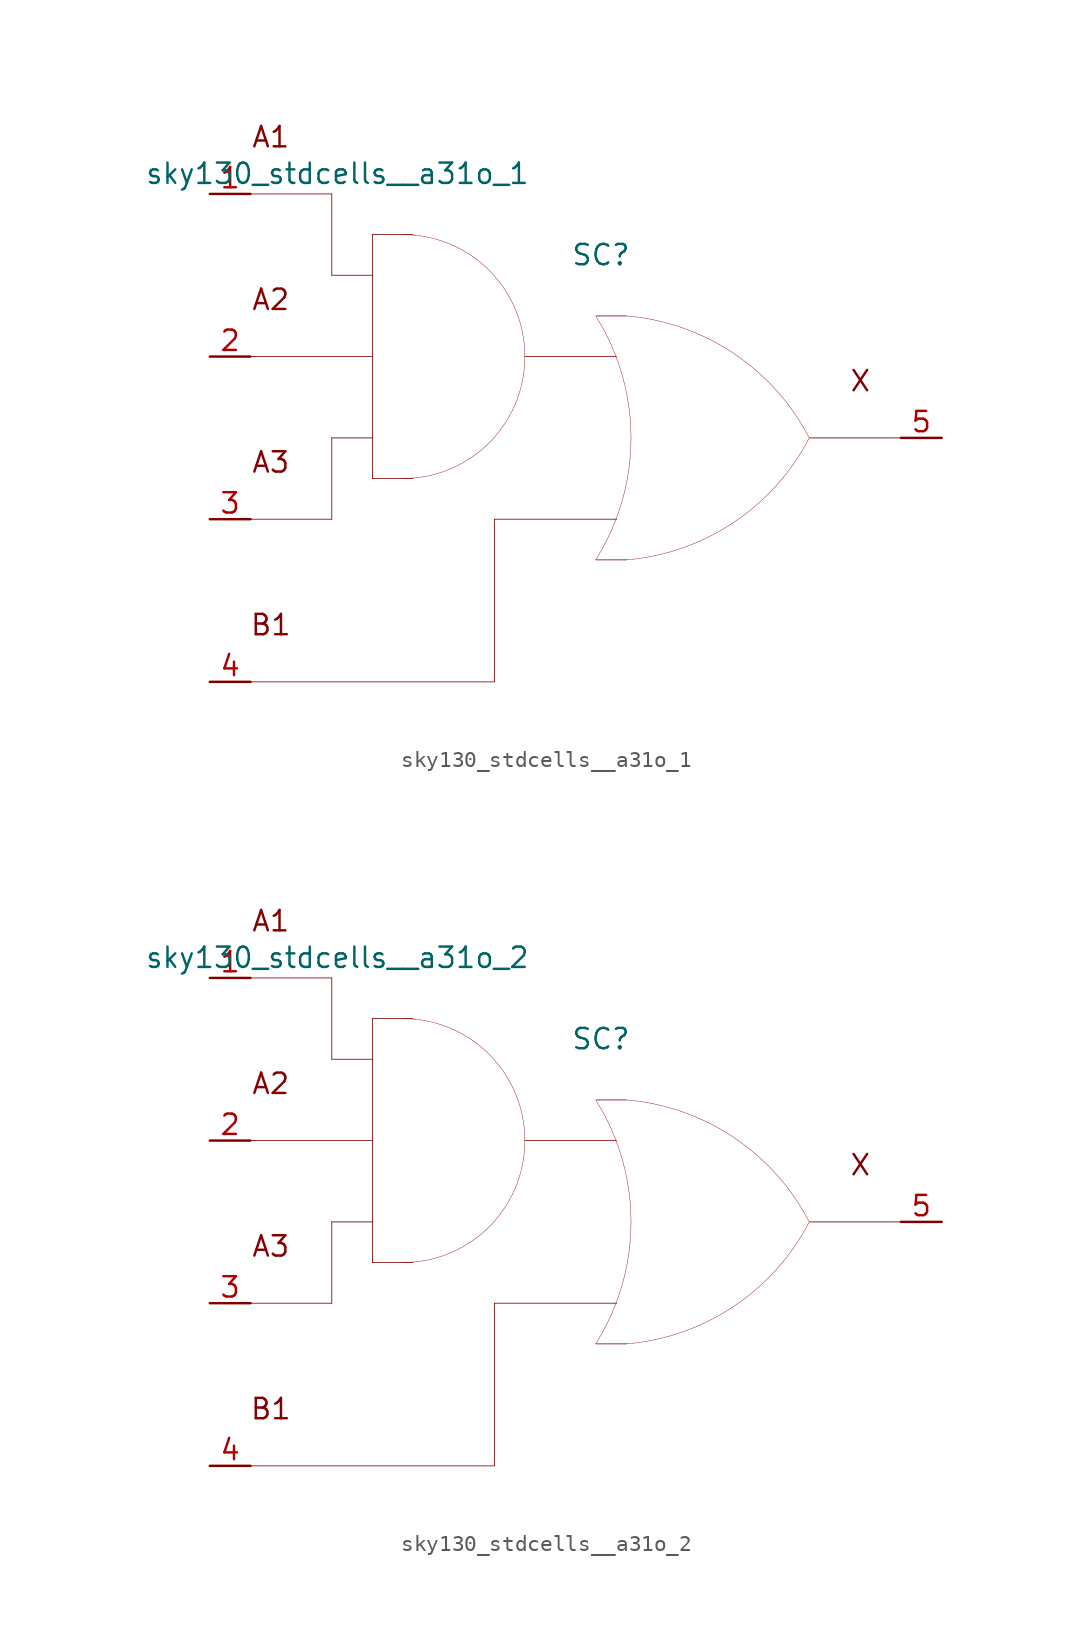
<source format=kicad_sym>
(kicad_symbol_lib
  (version 20211014)
  (generator kicad_symbol_editor)
  (symbol "sky130_stdcells__a31o_1"
    (pin_names hide)
    (property "Reference" "SC"
      (at 1.575 11.43 0)
      (effects (font (size 1.27 1.27))))
    (property "Value" "sky130_stdcells__a31o_1"
      (at -2.845 16.51 0)
      (effects (font (size 1.27 1.27)) (justify right)))
    (symbol "sky130_stdcells__a31o_1_0_0"
      (arc (start -10.795 -2.54) (mid -8.8228 -2.2804) (end -6.985 -1.5191) (stroke (width 0.0254) (type default) (color 0 0 0 0)) (fill (type none)))
      (arc (start -6.985 -1.5191) (mid -5.4069 -0.3081) (end -4.1959 1.27) (stroke (width 0.0254) (type default) (color 0 0 0 0)) (fill (type none)))
      (arc (start -6.985 11.6791) (mid -8.8228 12.4403) (end -10.795 12.7) (stroke (width 0.0254) (type default) (color 0 0 0 0)) (fill (type none)))
      (arc (start -4.1959 1.27) (mid -3.4347 3.1078) (end -3.175 5.08) (stroke (width 0.0254) (type default) (color 0 0 0 0)) (fill (type none)))
      (arc (start -4.1959 8.89) (mid -5.4069 10.4681) (end -6.985 11.6791) (stroke (width 0.0254) (type default) (color 0 0 0 0)) (fill (type none)))
      (arc (start -3.175 5.08) (mid -3.4346 7.0522) (end -4.1959 8.89) (stroke (width 0.0254) (type default) (color 0 0 0 0)) (fill (type none)))
      (polyline (pts (xy -20.32 -15.24) (xy -5.08 -15.24)) (stroke (width 0.051) (type default) (color 0 0 0 0)) (fill (type none)))
      (polyline (pts (xy -20.32 -5.08) (xy -15.24 -5.08)) (stroke (width 0.051) (type default) (color 0 0 0 0)) (fill (type none)))
      (polyline (pts (xy -20.32 5.08) (xy -12.7 5.08)) (stroke (width 0.051) (type default) (color 0 0 0 0)) (fill (type none)))
      (polyline (pts (xy -20.32 15.24) (xy -15.24 15.24)) (stroke (width 0.051) (type default) (color 0 0 0 0)) (fill (type none)))
      (polyline (pts (xy -15.24 0) (xy -15.24 -5.08)) (stroke (width 0.051) (type default) (color 0 0 0 0)) (fill (type none)))
      (polyline (pts (xy -15.24 0) (xy -12.7 0)) (stroke (width 0.051) (type default) (color 0 0 0 0)) (fill (type none)))
      (polyline (pts (xy -15.24 10.16) (xy -12.7 10.16)) (stroke (width 0.051) (type default) (color 0 0 0 0)) (fill (type none)))
      (polyline (pts (xy -15.24 15.24) (xy -15.24 10.16)) (stroke (width 0.051) (type default) (color 0 0 0 0)) (fill (type none)))
      (polyline (pts (xy -12.7 -2.54) (xy -10.16 -2.54)) (stroke (width 0.051) (type default) (color 0 0 0 0)) (fill (type none)))
      (polyline (pts (xy -12.7 12.7) (xy -12.7 -2.54)) (stroke (width 0.051) (type default) (color 0 0 0 0)) (fill (type none)))
      (polyline (pts (xy -12.7 12.7) (xy -10.16 12.7)) (stroke (width 0.051) (type default) (color 0 0 0 0)) (fill (type none)))
      (polyline (pts (xy -5.08 -5.08) (xy -5.08 -15.24)) (stroke (width 0.051) (type default) (color 0 0 0 0)) (fill (type none)))
      (polyline (pts (xy -5.08 -5.08) (xy 2.565 -5.08)) (stroke (width 0.051) (type default) (color 0 0 0 0)) (fill (type none)))
      (polyline (pts (xy -3.175 5.08) (xy 2.54 5.08)) (stroke (width 0.051) (type default) (color 0 0 0 0)) (fill (type none)))
      (polyline (pts (xy 1.27 -7.62) (xy 3.175 -7.62)) (stroke (width 0.051) (type default) (color 0 0 0 0)) (fill (type none)))
      (polyline (pts (xy 1.27 7.62) (xy 3.175 7.62)) (stroke (width 0.051) (type default) (color 0 0 0 0)) (fill (type none)))
      (polyline (pts (xy 14.605 0) (xy 20.32 0)) (stroke (width 0.051) (type default) (color 0 0 0 0)) (fill (type none)))
      (arc (start 1.2495 -7.6142) (mid 1.907 -6.458) (end 2.4538 -5.2456) (stroke (width 0.0254) (type default) (color 0 0 0 0)) (fill (type none)))
      (arc (start 2.4538 -5.2456) (mid 2.8887 -3.9755) (end 3.202 -2.6701) (stroke (width 0.0254) (type default) (color 0 0 0 0)) (fill (type none)))
      (arc (start 2.472 5.1993) (mid 1.9238 6.4248) (end 1.2627 7.5932) (stroke (width 0.0254) (type default) (color 0 0 0 0)) (fill (type none)))
      (arc (start 3.1446 -7.6231) (mid 9.8386 -5.2986) (end 14.5755 -0.0284) (stroke (width 0.0254) (type default) (color 0 0 0 0)) (fill (type none)))
      (arc (start 3.202 -2.6701) (mid 3.3912 -1.341) (end 3.4544 0) (stroke (width 0.0254) (type default) (color 0 0 0 0)) (fill (type none)))
      (arc (start 3.2066 2.6456) (mid 2.8989 3.9396) (end 2.472 5.1993) (stroke (width 0.0254) (type default) (color 0 0 0 0)) (fill (type none)))
      (arc (start 3.4544 0) (mid 3.3923 1.3286) (end 3.2066 2.6456) (stroke (width 0.0254) (type default) (color 0 0 0 0)) (fill (type none)))
      (arc (start 14.5983 -0.0156) (mid 9.8798 5.271) (end 3.194 7.6189) (stroke (width 0.0254) (type default) (color 0 0 0 0)) (fill (type none)))
      (text "A1" (at -19.05 18.796 0) (effects (font (size 1.27 1.27))))
      (text "A2" (at -19.05 8.636 0) (effects (font (size 1.27 1.27))))
      (text "A3" (at -19.05 -1.524 0) (effects (font (size 1.27 1.27))))
      (text "B1" (at -19.05 -11.684 0) (effects (font (size 1.27 1.27))))
      (text "X" (at 17.78 3.556 0) (effects (font (size 1.27 1.27)))))
    (symbol "sky130_stdcells__a31o_1_1_1"
      (pin input line (at -22.86 15.24 0) (length 2.54) (name "A1" (effects (font (size 1.092 1.092)))) (number "1" (effects (font (size 1.27 1.27)))))
      (pin input line (at -22.86 5.08 0) (length 2.54) (name "A2" (effects (font (size 1.092 1.092)))) (number "2" (effects (font (size 1.27 1.27)))))
      (pin input line (at -22.86 -5.08 0) (length 2.54) (name "A3" (effects (font (size 1.092 1.092)))) (number "3" (effects (font (size 1.27 1.27)))))
      (pin input line (at -22.86 -15.24 0) (length 2.54) (name "B1" (effects (font (size 1.092 1.092)))) (number "4" (effects (font (size 1.27 1.27)))))
      (pin output line (at 22.86 0 180) (length 2.54) (name "X" (effects (font (size 1.092 1.092)))) (number "5" (effects (font (size 1.27 1.27)))))))
  (symbol "sky130_stdcells__a31o_2"
    (pin_names hide)
    (property "Reference" "SC"
      (at 1.575 11.43 0)
      (effects (font (size 1.27 1.27))))
    (property "Value" "sky130_stdcells__a31o_2"
      (at -2.845 16.51 0)
      (effects (font (size 1.27 1.27)) (justify right)))
    (symbol "sky130_stdcells__a31o_2_0_0"
      (arc (start -10.795 -2.54) (mid -8.8228 -2.2804) (end -6.985 -1.5191) (stroke (width 0.0254) (type default) (color 0 0 0 0)) (fill (type none)))
      (arc (start -6.985 -1.5191) (mid -5.4069 -0.3081) (end -4.1959 1.27) (stroke (width 0.0254) (type default) (color 0 0 0 0)) (fill (type none)))
      (arc (start -6.985 11.6791) (mid -8.8228 12.4403) (end -10.795 12.7) (stroke (width 0.0254) (type default) (color 0 0 0 0)) (fill (type none)))
      (arc (start -4.1959 1.27) (mid -3.4347 3.1078) (end -3.175 5.08) (stroke (width 0.0254) (type default) (color 0 0 0 0)) (fill (type none)))
      (arc (start -4.1959 8.89) (mid -5.4069 10.4681) (end -6.985 11.6791) (stroke (width 0.0254) (type default) (color 0 0 0 0)) (fill (type none)))
      (arc (start -3.175 5.08) (mid -3.4346 7.0522) (end -4.1959 8.89) (stroke (width 0.0254) (type default) (color 0 0 0 0)) (fill (type none)))
      (polyline (pts (xy -20.32 -15.24) (xy -5.08 -15.24)) (stroke (width 0.051) (type default) (color 0 0 0 0)) (fill (type none)))
      (polyline (pts (xy -20.32 -5.08) (xy -15.24 -5.08)) (stroke (width 0.051) (type default) (color 0 0 0 0)) (fill (type none)))
      (polyline (pts (xy -20.32 5.08) (xy -12.7 5.08)) (stroke (width 0.051) (type default) (color 0 0 0 0)) (fill (type none)))
      (polyline (pts (xy -20.32 15.24) (xy -15.24 15.24)) (stroke (width 0.051) (type default) (color 0 0 0 0)) (fill (type none)))
      (polyline (pts (xy -15.24 0) (xy -15.24 -5.08)) (stroke (width 0.051) (type default) (color 0 0 0 0)) (fill (type none)))
      (polyline (pts (xy -15.24 0) (xy -12.7 0)) (stroke (width 0.051) (type default) (color 0 0 0 0)) (fill (type none)))
      (polyline (pts (xy -15.24 10.16) (xy -12.7 10.16)) (stroke (width 0.051) (type default) (color 0 0 0 0)) (fill (type none)))
      (polyline (pts (xy -15.24 15.24) (xy -15.24 10.16)) (stroke (width 0.051) (type default) (color 0 0 0 0)) (fill (type none)))
      (polyline (pts (xy -12.7 -2.54) (xy -10.16 -2.54)) (stroke (width 0.051) (type default) (color 0 0 0 0)) (fill (type none)))
      (polyline (pts (xy -12.7 12.7) (xy -12.7 -2.54)) (stroke (width 0.051) (type default) (color 0 0 0 0)) (fill (type none)))
      (polyline (pts (xy -12.7 12.7) (xy -10.16 12.7)) (stroke (width 0.051) (type default) (color 0 0 0 0)) (fill (type none)))
      (polyline (pts (xy -5.08 -5.08) (xy -5.08 -15.24)) (stroke (width 0.051) (type default) (color 0 0 0 0)) (fill (type none)))
      (polyline (pts (xy -5.08 -5.08) (xy 2.565 -5.08)) (stroke (width 0.051) (type default) (color 0 0 0 0)) (fill (type none)))
      (polyline (pts (xy -3.175 5.08) (xy 2.54 5.08)) (stroke (width 0.051) (type default) (color 0 0 0 0)) (fill (type none)))
      (polyline (pts (xy 1.27 -7.62) (xy 3.175 -7.62)) (stroke (width 0.051) (type default) (color 0 0 0 0)) (fill (type none)))
      (polyline (pts (xy 1.27 7.62) (xy 3.175 7.62)) (stroke (width 0.051) (type default) (color 0 0 0 0)) (fill (type none)))
      (polyline (pts (xy 14.605 0) (xy 20.32 0)) (stroke (width 0.051) (type default) (color 0 0 0 0)) (fill (type none)))
      (arc (start 1.2495 -7.6142) (mid 1.907 -6.458) (end 2.4538 -5.2456) (stroke (width 0.0254) (type default) (color 0 0 0 0)) (fill (type none)))
      (arc (start 2.4538 -5.2456) (mid 2.8887 -3.9755) (end 3.202 -2.6701) (stroke (width 0.0254) (type default) (color 0 0 0 0)) (fill (type none)))
      (arc (start 2.472 5.1993) (mid 1.9238 6.4248) (end 1.2627 7.5932) (stroke (width 0.0254) (type default) (color 0 0 0 0)) (fill (type none)))
      (arc (start 3.1446 -7.6231) (mid 9.8386 -5.2986) (end 14.5755 -0.0284) (stroke (width 0.0254) (type default) (color 0 0 0 0)) (fill (type none)))
      (arc (start 3.202 -2.6701) (mid 3.3912 -1.341) (end 3.4544 0) (stroke (width 0.0254) (type default) (color 0 0 0 0)) (fill (type none)))
      (arc (start 3.2066 2.6456) (mid 2.8989 3.9396) (end 2.472 5.1993) (stroke (width 0.0254) (type default) (color 0 0 0 0)) (fill (type none)))
      (arc (start 3.4544 0) (mid 3.3923 1.3286) (end 3.2066 2.6456) (stroke (width 0.0254) (type default) (color 0 0 0 0)) (fill (type none)))
      (arc (start 14.5983 -0.0156) (mid 9.8798 5.271) (end 3.194 7.6189) (stroke (width 0.0254) (type default) (color 0 0 0 0)) (fill (type none)))
      (text "A1" (at -19.05 18.796 0) (effects (font (size 1.27 1.27))))
      (text "A2" (at -19.05 8.636 0) (effects (font (size 1.27 1.27))))
      (text "A3" (at -19.05 -1.524 0) (effects (font (size 1.27 1.27))))
      (text "B1" (at -19.05 -11.684 0) (effects (font (size 1.27 1.27))))
      (text "X" (at 17.78 3.556 0) (effects (font (size 1.27 1.27)))))
    (symbol "sky130_stdcells__a31o_2_1_1"
      (pin input line (at -22.86 15.24 0) (length 2.54) (name "A1" (effects (font (size 1.092 1.092)))) (number "1" (effects (font (size 1.27 1.27)))))
      (pin input line (at -22.86 5.08 0) (length 2.54) (name "A2" (effects (font (size 1.092 1.092)))) (number "2" (effects (font (size 1.27 1.27)))))
      (pin input line (at -22.86 -5.08 0) (length 2.54) (name "A3" (effects (font (size 1.092 1.092)))) (number "3" (effects (font (size 1.27 1.27)))))
      (pin input line (at -22.86 -15.24 0) (length 2.54) (name "B1" (effects (font (size 1.092 1.092)))) (number "4" (effects (font (size 1.27 1.27)))))
      (pin output line (at 22.86 0 180) (length 2.54) (name "X" (effects (font (size 1.092 1.092)))) (number "5" (effects (font (size 1.27 1.27))))))))
</source>
